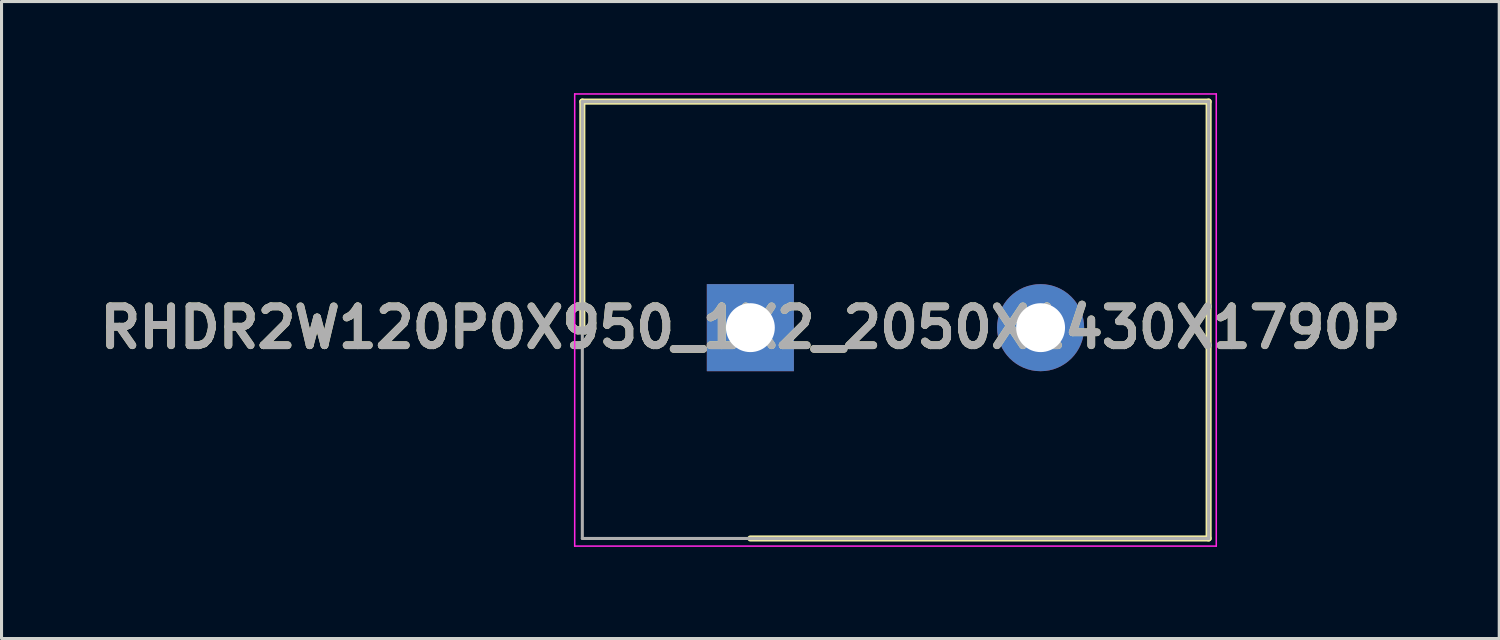
<source format=kicad_pcb>
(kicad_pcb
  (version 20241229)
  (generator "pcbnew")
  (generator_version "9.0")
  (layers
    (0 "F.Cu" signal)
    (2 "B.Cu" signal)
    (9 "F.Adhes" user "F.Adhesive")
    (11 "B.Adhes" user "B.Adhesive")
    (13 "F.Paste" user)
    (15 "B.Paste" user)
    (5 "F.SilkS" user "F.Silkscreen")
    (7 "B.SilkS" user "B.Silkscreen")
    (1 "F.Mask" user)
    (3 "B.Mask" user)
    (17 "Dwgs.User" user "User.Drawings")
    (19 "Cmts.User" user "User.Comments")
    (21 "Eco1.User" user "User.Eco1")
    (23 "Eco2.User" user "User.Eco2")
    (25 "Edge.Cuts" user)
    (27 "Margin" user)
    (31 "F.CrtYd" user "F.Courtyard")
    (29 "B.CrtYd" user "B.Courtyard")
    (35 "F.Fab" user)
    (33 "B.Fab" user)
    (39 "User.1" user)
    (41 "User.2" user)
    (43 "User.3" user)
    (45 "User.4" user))
  (footprint "RHDR2W120P0X950_1X2_2050X1430X1790P"
    (layer "F.Cu")
    (at 21.511 7.675)
    (property "Reference" "RHDR2W120P0X950_1X2_2050X1430X1790P" (at 0 0 0) (layer "F.SilkS") (effects (font (size 1.27 1.27) (thickness 0.254))))
    (attr through_hole)
    (fp_line (start -5.5 -7.4) (end -5.5 0) (stroke (width 0.2) (type solid)) (layer "F.SilkS"))
    (fp_line (start 0 6.9) (end 15 6.9) (stroke (width 0.2) (type solid)) (layer "F.SilkS"))
    (fp_line (start 15 -7.4) (end -5.5 -7.4) (stroke (width 0.2) (type solid)) (layer "F.SilkS"))
    (fp_line (start 15 6.9) (end 15 -7.4) (stroke (width 0.2) (type solid)) (layer "F.SilkS"))
    (fp_line (start -5.75 -7.65) (end 15.25 -7.65) (stroke (width 0.05) (type solid)) (layer "F.CrtYd"))
    (fp_line (start -5.75 7.15) (end -5.75 -7.65) (stroke (width 0.05) (type solid)) (layer "F.CrtYd"))
    (fp_line (start 15.25 -7.65) (end 15.25 7.15) (stroke (width 0.05) (type solid)) (layer "F.CrtYd"))
    (fp_line (start 15.25 7.15) (end -5.75 7.15) (stroke (width 0.05) (type solid)) (layer "F.CrtYd"))
    (fp_line (start -5.5 -7.4) (end 15 -7.4) (stroke (width 0.1) (type solid)) (layer "F.Fab"))
    (fp_line (start -5.5 6.9) (end -5.5 -7.4) (stroke (width 0.1) (type solid)) (layer "F.Fab"))
    (fp_line (start 15 -7.4) (end 15 6.9) (stroke (width 0.1) (type solid)) (layer "F.Fab"))
    (fp_line (start 15 6.9) (end -5.5 6.9) (stroke (width 0.1) (type solid)) (layer "F.Fab"))
    (fp_text user "${REFERENCE}" (at 0 0 0) (layer "F.Fab") (effects (font (size 1.27 1.27) (thickness 0.254))))
    (pad "1" thru_hole rect (at 0 0) (size 2.85 2.85) (drill 1.6) (layers "*.Cu" "*.Mask"))
    (pad "2" thru_hole circle (at 9.5 0) (size 2.85 2.85) (drill 1.6) (layers "*.Cu" "*.Mask")))
  (gr_rect
    (start -3 -3)
    (end 46.023 17.85)
    (stroke (width 0.1) (type default))
    (fill no)
    (layer "Edge.Cuts")))
</source>
